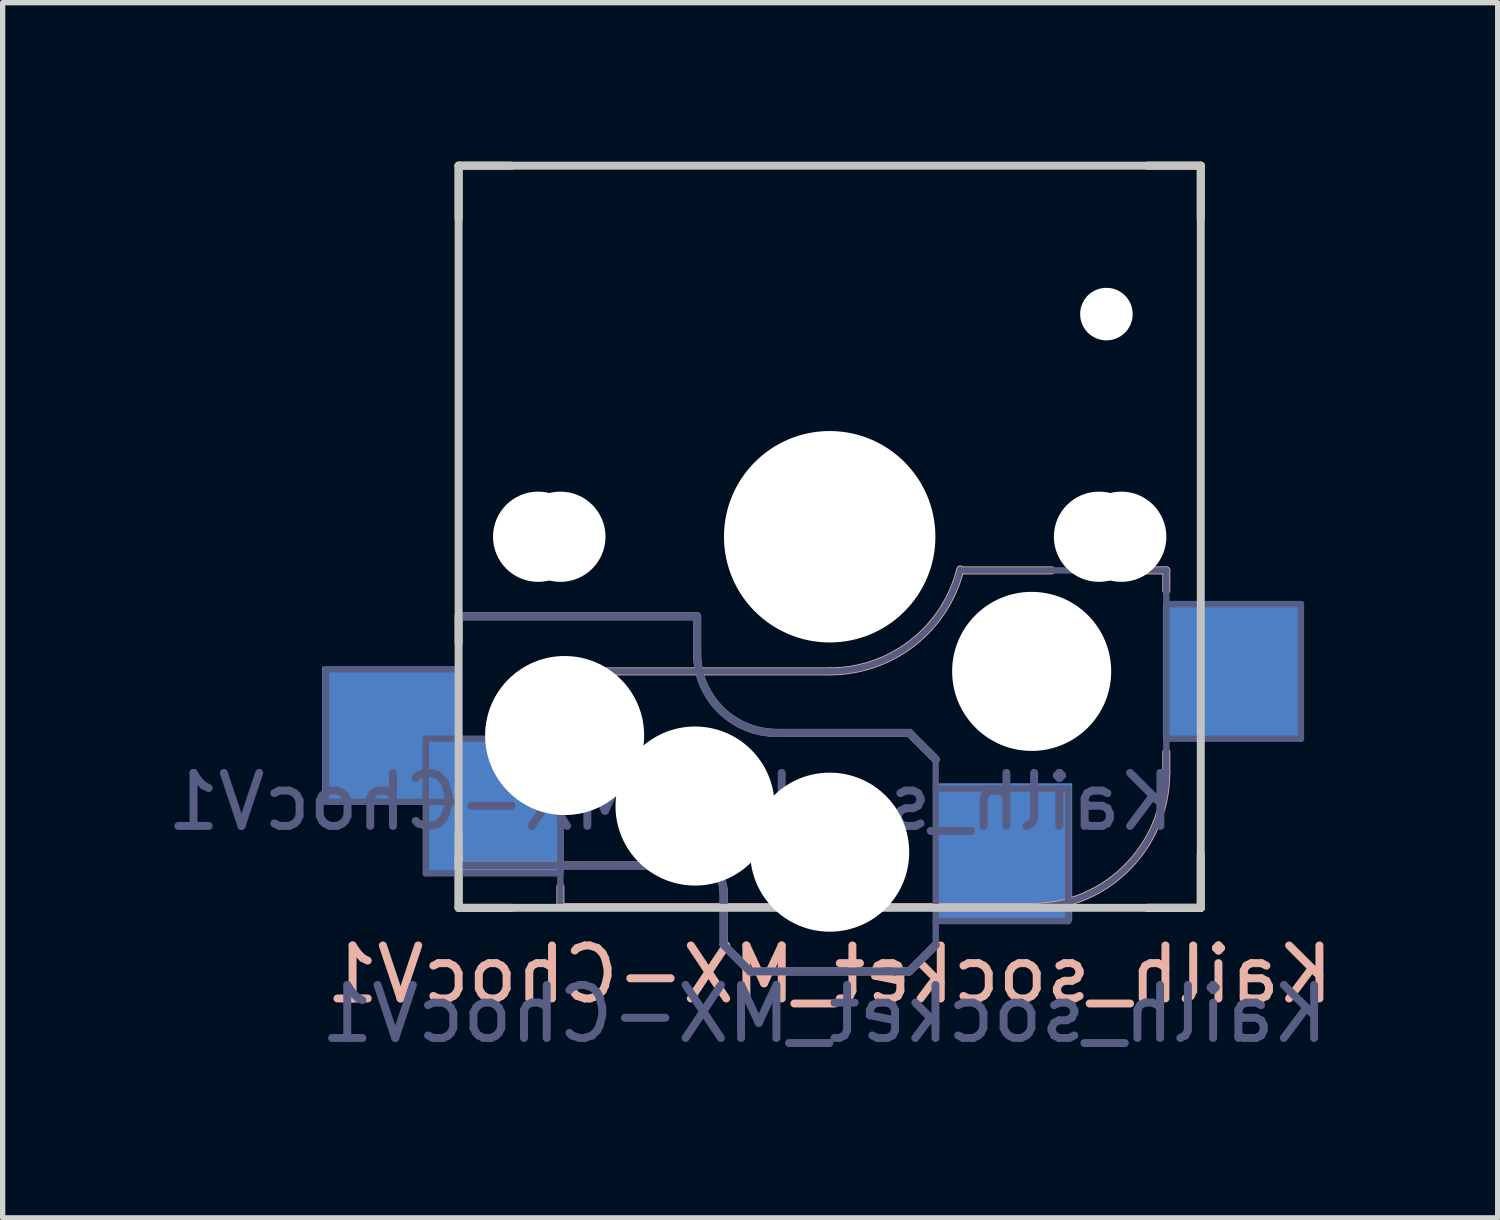
<source format=kicad_pcb>
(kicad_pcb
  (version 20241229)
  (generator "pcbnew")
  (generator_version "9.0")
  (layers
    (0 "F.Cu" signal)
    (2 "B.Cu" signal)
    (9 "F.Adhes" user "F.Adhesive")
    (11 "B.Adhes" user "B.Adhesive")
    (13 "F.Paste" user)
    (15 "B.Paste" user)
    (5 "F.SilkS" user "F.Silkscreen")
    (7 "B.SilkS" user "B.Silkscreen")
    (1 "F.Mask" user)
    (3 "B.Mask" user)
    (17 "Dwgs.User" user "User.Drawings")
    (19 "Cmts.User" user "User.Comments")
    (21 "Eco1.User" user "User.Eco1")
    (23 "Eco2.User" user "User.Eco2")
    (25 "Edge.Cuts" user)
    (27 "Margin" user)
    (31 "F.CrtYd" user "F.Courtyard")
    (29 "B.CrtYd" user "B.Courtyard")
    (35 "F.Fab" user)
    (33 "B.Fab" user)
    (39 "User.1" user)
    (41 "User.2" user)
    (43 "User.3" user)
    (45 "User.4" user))
  (footprint "Kailh_socket_MX-ChocV1"
    (layer "F.Cu")
    (at 12.601 7.075)
    (property "Reference" "Kailh_socket_MX-ChocV1" (at 0 8.255 180) (layer "B.SilkS") (effects (font (size 1 1) (thickness 0.15)) (justify mirror)))
    (property "Value" "Kailh_socket_MX-ChocV1" (at 0 -8.255 180) (layer "F.Fab") (hide yes) (effects (font (size 1 1) (thickness 0.15))))
    (attr smd)
    (fp_line (start -7 -6) (end -7 -7) (stroke (width 0.15) (type solid)) (layer "F.SilkS"))
    (fp_line (start -7 7) (end -7 6) (stroke (width 0.15) (type solid)) (layer "F.SilkS"))
    (fp_line (start -7 7) (end -6 7) (stroke (width 0.15) (type solid)) (layer "F.SilkS"))
    (fp_line (start -6 -7) (end -7 -7) (stroke (width 0.15) (type solid)) (layer "F.SilkS"))
    (fp_line (start 6 7) (end 7 7) (stroke (width 0.15) (type solid)) (layer "F.SilkS"))
    (fp_line (start 7 -7) (end 6 -7) (stroke (width 0.15) (type solid)) (layer "F.SilkS"))
    (fp_line (start 7 -7) (end 7 -6) (stroke (width 0.15) (type solid)) (layer "F.SilkS"))
    (fp_line (start 7 6) (end 7 7) (stroke (width 0.15) (type solid)) (layer "F.SilkS"))
    (fp_line (start 7 7) (end 6 7) (stroke (width 0.15) (type solid)) (layer "F.SilkS"))
    (fp_line (start -7 1.5) (end -7 2) (stroke (width 0.15) (type solid)) (layer "B.SilkS"))
    (fp_line (start -7 5.6) (end -7 6.2) (stroke (width 0.15) (type solid)) (layer "B.SilkS"))
    (fp_line (start -7 6.2) (end -2.5 6.2) (stroke (width 0.15) (type solid)) (layer "B.SilkS"))
    (fp_line (start -5.08 2.54) (end 0 2.54) (stroke (width 0.15) (type solid)) (layer "B.SilkS"))
    (fp_line (start -5.08 3.556) (end -5.08 2.54) (stroke (width 0.15) (type solid)) (layer "B.SilkS"))
    (fp_line (start -5.08 6.985) (end -5.08 6.604) (stroke (width 0.15) (type solid)) (layer "B.SilkS"))
    (fp_line (start -2.5 1.5) (end -7 1.5) (stroke (width 0.15) (type solid)) (layer "B.SilkS"))
    (fp_line (start -2.5 2.2) (end -2.5 1.5) (stroke (width 0.15) (type solid)) (layer "B.SilkS"))
    (fp_line (start -2 6.7) (end -2 7.7) (stroke (width 0.15) (type solid)) (layer "B.SilkS"))
    (fp_line (start -1.5 8.2) (end -2 7.7) (stroke (width 0.15) (type solid)) (layer "B.SilkS"))
    (fp_line (start 1.5 3.7) (end -1 3.7) (stroke (width 0.15) (type solid)) (layer "B.SilkS"))
    (fp_line (start 1.5 8.2) (end -1.5 8.2) (stroke (width 0.15) (type solid)) (layer "B.SilkS"))
    (fp_line (start 2 4.2) (end 1.5 3.7) (stroke (width 0.15) (type solid)) (layer "B.SilkS"))
    (fp_line (start 2 7.7) (end 1.5 8.2) (stroke (width 0.15) (type solid)) (layer "B.SilkS"))
    (fp_line (start 2.464 0.635) (end 4.191 0.635) (stroke (width 0.15) (type solid)) (layer "B.SilkS"))
    (fp_line (start 3.81 6.985) (end -5.08 6.985) (stroke (width 0.15) (type solid)) (layer "B.SilkS"))
    (fp_line (start 5.969 0.635) (end 6.35 0.635) (stroke (width 0.15) (type solid)) (layer "B.SilkS"))
    (fp_line (start 6.35 1.016) (end 6.35 0.635) (stroke (width 0.15) (type solid)) (layer "B.SilkS"))
    (fp_line (start 6.35 4.445) (end 6.35 4.064) (stroke (width 0.15) (type solid)) (layer "B.SilkS"))
    (fp_arc (start -2.5 6.2) (mid -2.146447 6.346447) (end -2 6.7) (stroke (width 0.15) (type solid)) (layer "B.SilkS"))
    (fp_arc (start -1 3.7) (mid -2.06066 3.26066) (end -2.5 2.2) (stroke (width 0.15) (type solid)) (layer "B.SilkS"))
    (fp_arc (start 2.464162 0.61604) (mid 1.563147 2.002042) (end 0 2.54) (stroke (width 0.15) (type solid)) (layer "B.SilkS"))
    (fp_arc (start 6.35 4.445) (mid 5.606051 6.241051) (end 3.81 6.985) (stroke (width 0.15) (type solid)) (layer "B.SilkS"))
    (fp_line (start -7 7) (end -7 -7) (stroke (width 0.15) (type solid)) (layer "Dwgs.User"))
    (fp_line (start -7 7) (end 7 7) (stroke (width 0.15) (type solid)) (layer "Dwgs.User"))
    (fp_line (start 7 -7) (end -7 -7) (stroke (width 0.15) (type solid)) (layer "Dwgs.User"))
    (fp_line (start 7 -7) (end 7 7) (stroke (width 0.15) (type solid)) (layer "Dwgs.User"))
    (fp_line (start -2.6 -3.1) (end -2.6 -6.3) (stroke (width 0.15) (type solid)) (layer "Eco2.User"))
    (fp_line (start -2.6 -3.1) (end 2.6 -3.1) (stroke (width 0.15) (type solid)) (layer "Eco2.User"))
    (fp_line (start 2.6 -6.3) (end -2.6 -6.3) (stroke (width 0.15) (type solid)) (layer "Eco2.User"))
    (fp_line (start 2.6 -3.1) (end 2.6 -6.3) (stroke (width 0.15) (type solid)) (layer "Eco2.User"))
    (fp_line (start -9.5 2.5) (end -7 2.5) (stroke (width 0.12) (type solid)) (layer "B.Fab"))
    (fp_line (start -9.5 5) (end -9.5 2.5) (stroke (width 0.12) (type solid)) (layer "B.Fab"))
    (fp_line (start -7.62 3.81) (end -5.08 3.81) (stroke (width 0.12) (type solid)) (layer "B.Fab"))
    (fp_line (start -7.62 6.35) (end -7.62 3.81) (stroke (width 0.12) (type solid)) (layer "B.Fab"))
    (fp_line (start -7 1.5) (end -7 6.2) (stroke (width 0.12) (type solid)) (layer "B.Fab"))
    (fp_line (start -7 5) (end -9.5 5) (stroke (width 0.12) (type solid)) (layer "B.Fab"))
    (fp_line (start -7 6.2) (end -2.5 6.2) (stroke (width 0.15) (type solid)) (layer "B.Fab"))
    (fp_line (start -5.08 2.54) (end 0 2.54) (stroke (width 0.12) (type solid)) (layer "B.Fab"))
    (fp_line (start -5.08 6.35) (end -7.62 6.35) (stroke (width 0.12) (type solid)) (layer "B.Fab"))
    (fp_line (start -5.08 6.985) (end -5.08 2.54) (stroke (width 0.12) (type solid)) (layer "B.Fab"))
    (fp_line (start -2.5 1.5) (end -7 1.5) (stroke (width 0.15) (type solid)) (layer "B.Fab"))
    (fp_line (start -2.5 2.2) (end -2.5 1.5) (stroke (width 0.15) (type solid)) (layer "B.Fab"))
    (fp_line (start -2 6.7) (end -2 7.7) (stroke (width 0.15) (type solid)) (layer "B.Fab"))
    (fp_line (start -1.5 8.2) (end -2 7.7) (stroke (width 0.15) (type solid)) (layer "B.Fab"))
    (fp_line (start 1.5 3.7) (end -1 3.7) (stroke (width 0.15) (type solid)) (layer "B.Fab"))
    (fp_line (start 1.5 8.2) (end -1.5 8.2) (stroke (width 0.15) (type solid)) (layer "B.Fab"))
    (fp_line (start 2 4.2) (end 1.5 3.7) (stroke (width 0.15) (type solid)) (layer "B.Fab"))
    (fp_line (start 2 4.25) (end 2 7.7) (stroke (width 0.12) (type solid)) (layer "B.Fab"))
    (fp_line (start 2 4.75) (end 4.5 4.75) (stroke (width 0.12) (type solid)) (layer "B.Fab"))
    (fp_line (start 2 7.7) (end 1.5 8.2) (stroke (width 0.15) (type solid)) (layer "B.Fab"))
    (fp_line (start 3.81 6.985) (end -5.08 6.985) (stroke (width 0.12) (type solid)) (layer "B.Fab"))
    (fp_line (start 4.5 4.75) (end 4.5 7.25) (stroke (width 0.12) (type solid)) (layer "B.Fab"))
    (fp_line (start 4.5 7.25) (end 2 7.25) (stroke (width 0.12) (type solid)) (layer "B.Fab"))
    (fp_line (start 6.35 0.635) (end 2.54 0.635) (stroke (width 0.12) (type solid)) (layer "B.Fab"))
    (fp_line (start 6.35 0.635) (end 6.35 4.445) (stroke (width 0.12) (type solid)) (layer "B.Fab"))
    (fp_line (start 6.35 1.27) (end 8.89 1.27) (stroke (width 0.12) (type solid)) (layer "B.Fab"))
    (fp_line (start 8.89 1.27) (end 8.89 3.81) (stroke (width 0.12) (type solid)) (layer "B.Fab"))
    (fp_line (start 8.89 3.81) (end 6.35 3.81) (stroke (width 0.12) (type solid)) (layer "B.Fab"))
    (fp_arc (start -2.5 6.2) (mid -2.146447 6.346447) (end -2 6.7) (stroke (width 0.15) (type solid)) (layer "B.Fab"))
    (fp_arc (start -1 3.7) (mid -2.06066 3.26066) (end -2.5 2.2) (stroke (width 0.15) (type solid)) (layer "B.Fab"))
    (fp_arc (start 2.464162 0.61604) (mid 1.563147 2.002042) (end 0 2.54) (stroke (width 0.12) (type solid)) (layer "B.Fab"))
    (fp_arc (start 6.35 4.445) (mid 5.606051 6.241051) (end 3.81 6.985) (stroke (width 0.12) (type solid)) (layer "B.Fab"))
    (fp_text user "${REFERENCE}" (at -3 5 0) (layer "B.Fab") (effects (font (size 1 1) (thickness 0.15)) (justify mirror)))
    (fp_text user "${VALUE}" (at -0.1 9 0) (layer "B.Fab") (effects (font (size 1 1) (thickness 0.15)) (justify mirror)))
    (pad "" np_thru_hole circle (at -5.5 0) (size 1.702 1.702) (drill 1.702) (layers "*.Cu" "*.Mask"))
    (pad "" np_thru_hole circle (at -5.08 0 180) (size 1.702 1.702) (drill 1.702) (layers "*.Cu" "*.Mask"))
    (pad "" np_thru_hole circle (at -5 3.75) (size 3 3) (drill 3) (layers "*.Cu" "*.Mask"))
    (pad "" np_thru_hole circle (at -2.54 5.08 180) (size 3 3) (drill 3) (layers "*.Cu" "*.Mask"))
    (pad "" np_thru_hole circle (at 0 0) (size 3.429 3.429) (drill 3.429) (layers "*.Cu" "*.Mask"))
    (pad "" np_thru_hole circle (at 0 0 180) (size 3.988 3.988) (drill 3.988) (layers "*.Cu" "*.Mask"))
    (pad "" np_thru_hole circle (at 0 5.95) (size 3 3) (drill 3) (layers "*.Cu" "*.Mask"))
    (pad "" np_thru_hole circle (at 3.81 2.54 180) (size 3 3) (drill 3) (layers "*.Cu" "*.Mask"))
    (pad "" np_thru_hole circle (at 5.08 0 180) (size 1.702 1.702) (drill 1.702) (layers "*.Cu" "*.Mask"))
    (pad "" np_thru_hole circle (at 5.22 -4.2) (size 0.991 0.991) (drill 0.991) (layers "*.Cu" "*.Mask"))
    (pad "" np_thru_hole circle (at 5.5 0) (size 1.702 1.702) (drill 1.702) (layers "*.Cu" "*.Mask"))
    (pad "1" smd rect (at -8.275 3.75) (size 2.6 2.6) (layers "B.Cu" "B.Mask" "B.Paste"))
    (pad "1" smd rect (at -6.29 5.08 180) (size 2.55 2.5) (layers "B.Cu" "B.Mask" "B.Paste"))
    (pad "2" smd rect (at 3.275 5.95) (size 2.6 2.6) (layers "B.Cu" "B.Mask" "B.Paste"))
    (pad "2" smd rect (at 7.56 2.54 180) (size 2.55 2.5) (layers "B.Cu" "B.Mask" "B.Paste")))
  (gr_rect
    (start -3 -3)
    (end 25.202 19.923)
    (stroke (width 0.1) (type default))
    (fill no)
    (layer "Edge.Cuts")))
</source>
